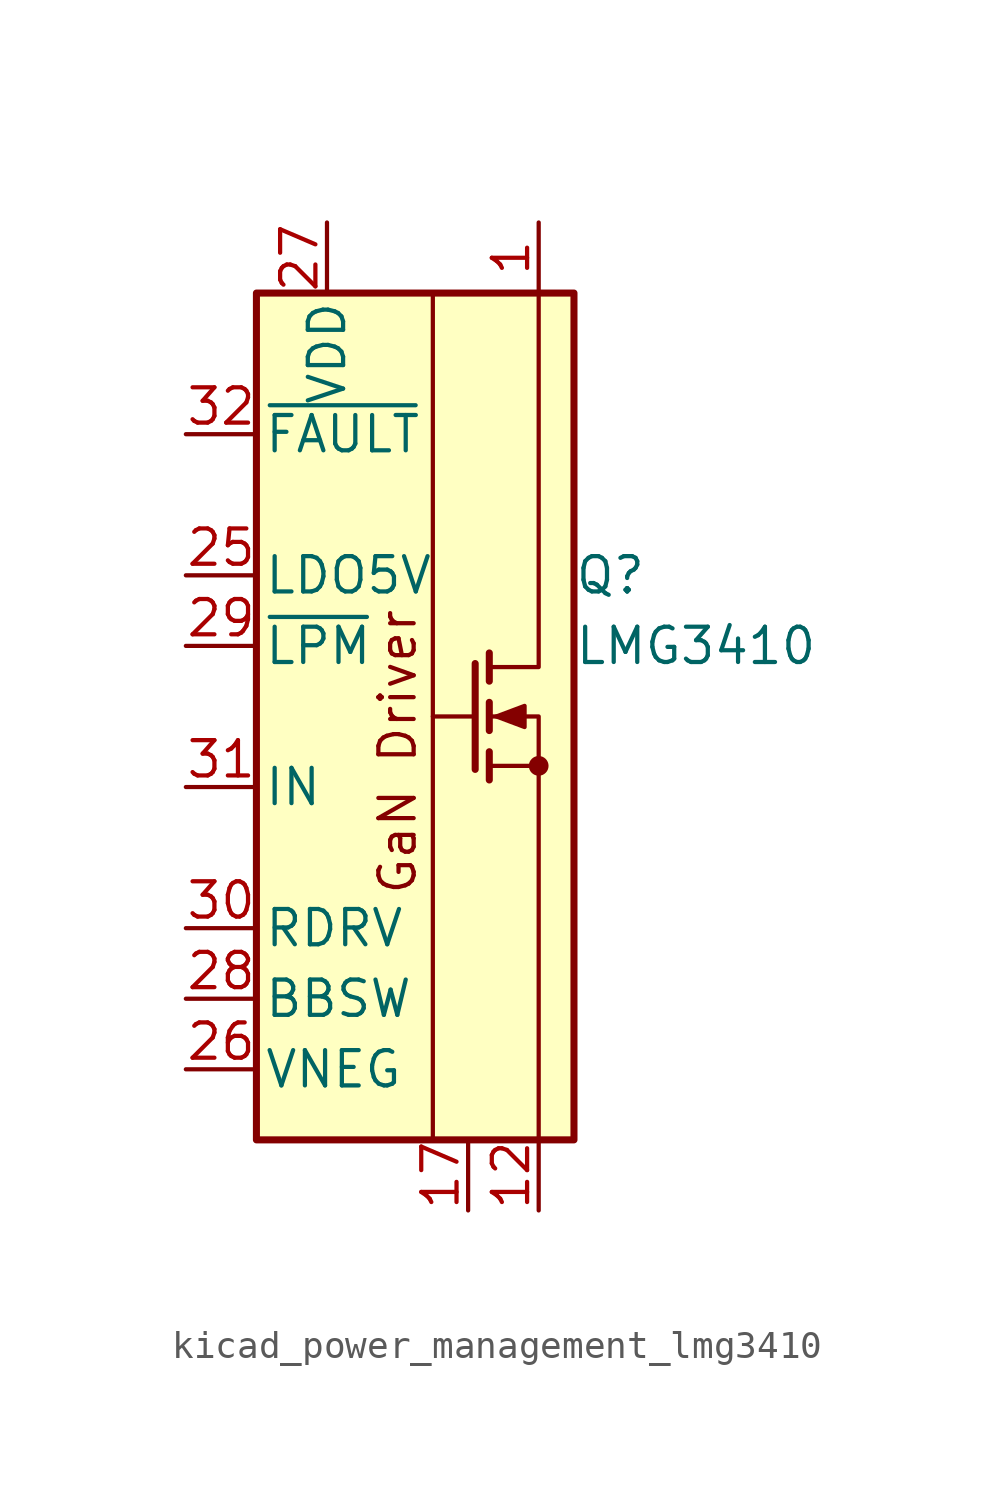
<source format=kicad_sym>
(kicad_symbol_lib
  (version 20220914)
  (generator kicad_symbol_editor)
  (symbol "kicad_power_management_lmg3410"
    (pin_names
      (offset 0.254))
    (property "Reference" "Q"
      (at 6.35 5.08 0)
      (effects (font (size 1.27 1.27)) (justify left)))
    (property "Value" "LMG3410"
      (at 6.35 2.54 0)
      (effects (font (size 1.27 1.27)) (justify left)))
    (symbol "kicad_power_management_lmg3410_0_1"
      (rectangle (start -5.08 15.24) (end 6.35 -15.24) (stroke (width 0.254) (type default)) (fill (type background)))
      (polyline (pts (xy 1.27 0) (xy 2.794 0)) (stroke (width 0) (type default)) (fill (type none)))
      (polyline (pts (xy 1.27 15.24) (xy 1.27 -15.24)) (stroke (width 0) (type default)) (fill (type none)))
      (polyline (pts (xy 3.302 -1.778) (xy 5.08 -1.778)) (stroke (width 0) (type default)) (fill (type none)))
      (polyline (pts (xy 3.302 -1.27) (xy 3.302 -2.286)) (stroke (width 0.254) (type default)) (fill (type none)))
      (polyline (pts (xy 3.302 0.508) (xy 3.302 -0.508)) (stroke (width 0.254) (type default)) (fill (type none)))
      (polyline (pts (xy 3.302 2.286) (xy 3.302 1.27)) (stroke (width 0.254) (type default)) (fill (type none)))
      (polyline (pts (xy 2.794 1.905) (xy 2.794 -1.905) (xy 2.794 -1.905)) (stroke (width 0.254) (type default)) (fill (type none)))
      (polyline (pts (xy 3.302 0) (xy 5.08 0) (xy 5.08 -15.24)) (stroke (width 0) (type default)) (fill (type none)))
      (polyline (pts (xy 5.08 15.24) (xy 5.08 1.778) (xy 3.302 1.778)) (stroke (width 0) (type default)) (fill (type none)))
      (polyline (pts (xy 3.556 0) (xy 4.572 0.381) (xy 4.572 -0.381) (xy 3.556 0)) (stroke (width 0) (type default)) (fill (type outline)))
      (circle (center 5.08 -1.778) (radius 0.279) (stroke (width 0) (type default)) (fill (type outline))))
    (symbol "kicad_power_management_lmg3410_1_0"
      (text "GaN Driver" (at 0 -1.27 900) (effects (font (size 1.27 1.27)))))
    (symbol "kicad_power_management_lmg3410_1_1"
      (pin passive line (at 5.08 17.78 270) (length 2.54) (name "~" (effects (font (size 1.27 1.27)))) (number "1" (effects (font (size 1.27 1.27)))))
      (pin passive line (at 5.08 17.78 270) (length 2.54) hide (name "~" (effects (font (size 1.27 1.27)))) (number "10" (effects (font (size 1.27 1.27)))))
      (pin passive line (at 5.08 17.78 270) (length 2.54) hide (name "~" (effects (font (size 1.27 1.27)))) (number "11" (effects (font (size 1.27 1.27)))))
      (pin passive line (at 5.08 -17.78 90) (length 2.54) (name "~" (effects (font (size 1.27 1.27)))) (number "12" (effects (font (size 1.27 1.27)))))
      (pin passive line (at 5.08 -17.78 90) (length 2.54) hide (name "~" (effects (font (size 1.27 1.27)))) (number "13" (effects (font (size 1.27 1.27)))))
      (pin passive line (at 5.08 -17.78 90) (length 2.54) hide (name "~" (effects (font (size 1.27 1.27)))) (number "14" (effects (font (size 1.27 1.27)))))
      (pin passive line (at 5.08 -17.78 90) (length 2.54) hide (name "~" (effects (font (size 1.27 1.27)))) (number "15" (effects (font (size 1.27 1.27)))))
      (pin passive line (at 5.08 -17.78 90) (length 2.54) hide (name "~" (effects (font (size 1.27 1.27)))) (number "16" (effects (font (size 1.27 1.27)))))
      (pin passive line (at 2.54 -17.78 90) (length 2.54) (name "~" (effects (font (size 1.27 1.27)))) (number "17" (effects (font (size 1.27 1.27)))))
      (pin passive line (at 5.08 -17.78 90) (length 2.54) hide (name "~" (effects (font (size 1.27 1.27)))) (number "18" (effects (font (size 1.27 1.27)))))
      (pin passive line (at 5.08 -17.78 90) (length 2.54) hide (name "~" (effects (font (size 1.27 1.27)))) (number "19" (effects (font (size 1.27 1.27)))))
      (pin passive line (at 5.08 17.78 270) (length 2.54) hide (name "~" (effects (font (size 1.27 1.27)))) (number "2" (effects (font (size 1.27 1.27)))))
      (pin passive line (at 5.08 -17.78 90) (length 2.54) hide (name "~" (effects (font (size 1.27 1.27)))) (number "20" (effects (font (size 1.27 1.27)))))
      (pin passive line (at 5.08 -17.78 90) (length 2.54) hide (name "~" (effects (font (size 1.27 1.27)))) (number "21" (effects (font (size 1.27 1.27)))))
      (pin passive line (at 5.08 -17.78 90) (length 2.54) hide (name "~" (effects (font (size 1.27 1.27)))) (number "22" (effects (font (size 1.27 1.27)))))
      (pin passive line (at 5.08 -17.78 90) (length 2.54) hide (name "~" (effects (font (size 1.27 1.27)))) (number "23" (effects (font (size 1.27 1.27)))))
      (pin passive line (at 5.08 -17.78 90) (length 2.54) hide (name "~" (effects (font (size 1.27 1.27)))) (number "24" (effects (font (size 1.27 1.27)))))
      (pin power_out line (at -7.62 5.08 0) (length 2.54) (name "LDO5V" (effects (font (size 1.27 1.27)))) (number "25" (effects (font (size 1.27 1.27)))))
      (pin power_in line (at -7.62 -12.7 0) (length 2.54) (name "VNEG" (effects (font (size 1.27 1.27)))) (number "26" (effects (font (size 1.27 1.27)))))
      (pin power_in line (at -2.54 17.78 270) (length 2.54) (name "VDD" (effects (font (size 1.27 1.27)))) (number "27" (effects (font (size 1.27 1.27)))))
      (pin passive line (at -7.62 -10.16 0) (length 2.54) (name "BBSW" (effects (font (size 1.27 1.27)))) (number "28" (effects (font (size 1.27 1.27)))))
      (pin input line (at -7.62 2.54 0) (length 2.54) (name "~{LPM}" (effects (font (size 1.27 1.27)))) (number "29" (effects (font (size 1.27 1.27)))))
      (pin passive line (at 5.08 17.78 270) (length 2.54) hide (name "~" (effects (font (size 1.27 1.27)))) (number "3" (effects (font (size 1.27 1.27)))))
      (pin passive line (at -7.62 -7.62 0) (length 2.54) (name "RDRV" (effects (font (size 1.27 1.27)))) (number "30" (effects (font (size 1.27 1.27)))))
      (pin input line (at -7.62 -2.54 0) (length 2.54) (name "IN" (effects (font (size 1.27 1.27)))) (number "31" (effects (font (size 1.27 1.27)))))
      (pin output line (at -7.62 10.16 0) (length 2.54) (name "~{FAULT}" (effects (font (size 1.27 1.27)))) (number "32" (effects (font (size 1.27 1.27)))))
      (pin passive line (at 5.08 -17.78 90) (length 2.54) hide (name "~" (effects (font (size 1.27 1.27)))) (number "33" (effects (font (size 1.27 1.27)))))
      (pin passive line (at 5.08 17.78 270) (length 2.54) hide (name "~" (effects (font (size 1.27 1.27)))) (number "4" (effects (font (size 1.27 1.27)))))
      (pin passive line (at 5.08 17.78 270) (length 2.54) hide (name "~" (effects (font (size 1.27 1.27)))) (number "5" (effects (font (size 1.27 1.27)))))
      (pin passive line (at 5.08 17.78 270) (length 2.54) hide (name "~" (effects (font (size 1.27 1.27)))) (number "6" (effects (font (size 1.27 1.27)))))
      (pin passive line (at 5.08 17.78 270) (length 2.54) hide (name "~" (effects (font (size 1.27 1.27)))) (number "7" (effects (font (size 1.27 1.27)))))
      (pin passive line (at 5.08 17.78 270) (length 2.54) hide (name "~" (effects (font (size 1.27 1.27)))) (number "8" (effects (font (size 1.27 1.27)))))
      (pin passive line (at 5.08 17.78 270) (length 2.54) hide (name "~" (effects (font (size 1.27 1.27)))) (number "9" (effects (font (size 1.27 1.27))))))))
</source>
